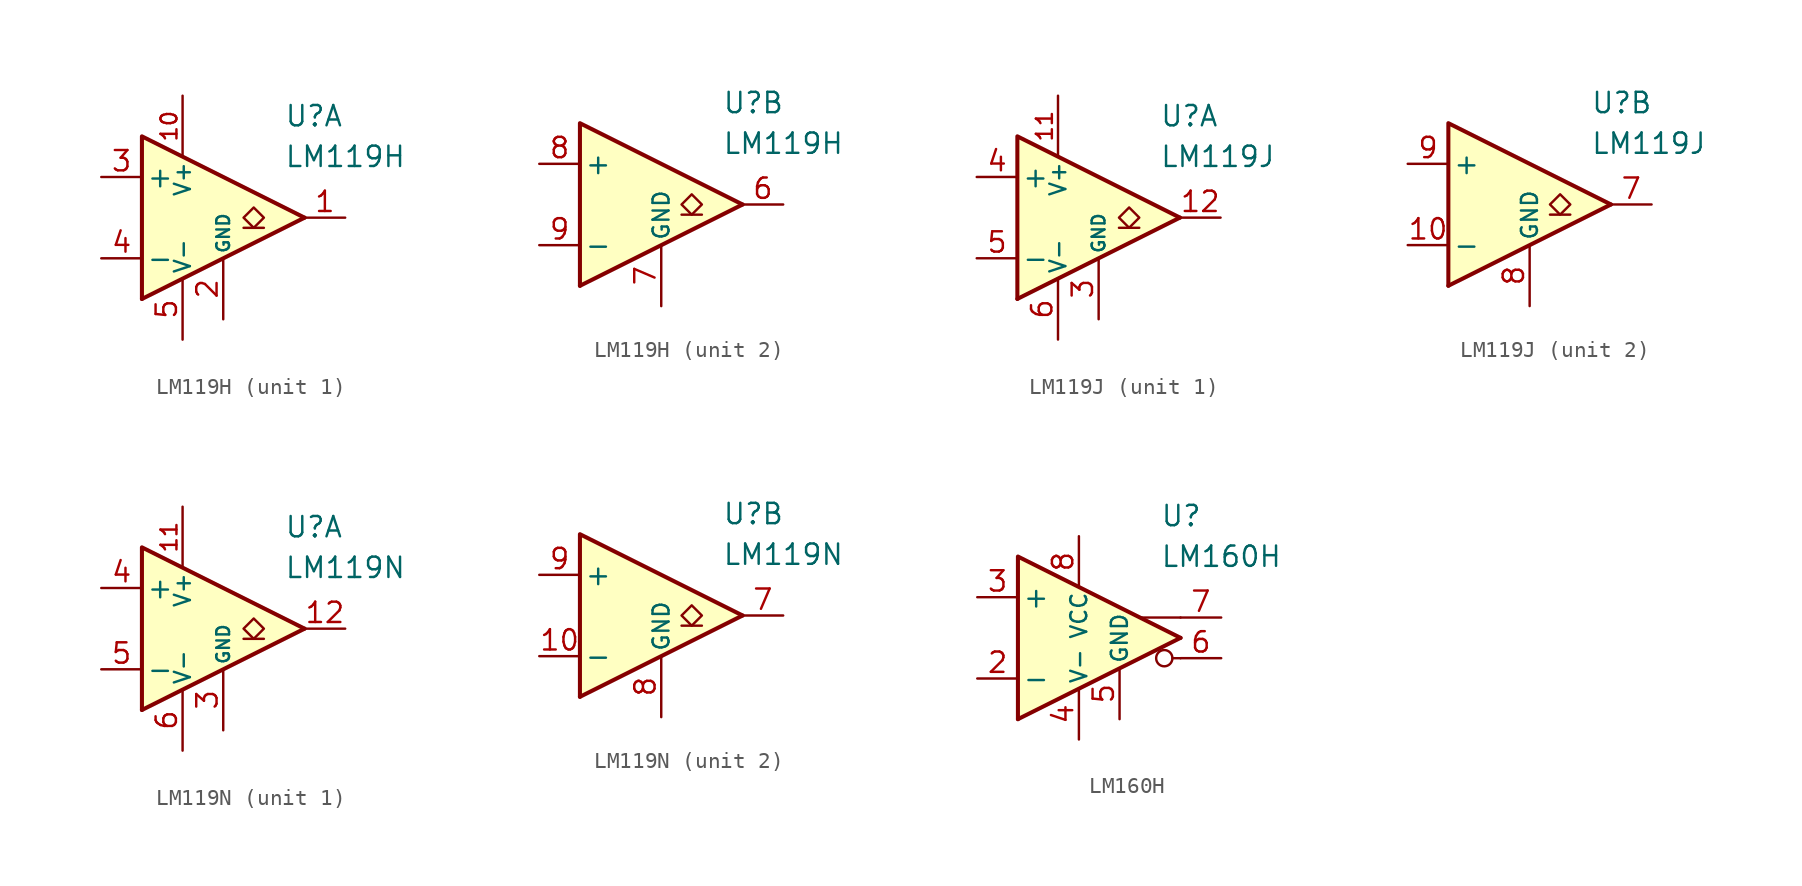
<source format=kicad_sym>
(kicad_symbol_lib
  (version 20211014)
  (generator kicad_symbol_editor)
  (symbol "LM119H"
    (pin_names
      (offset 0.254))
    (property "Reference" "U"
      (at 6.35 6.35 0)
      (effects (font (size 1.27 1.27)) (justify left)))
    (property "Value" "LM119H"
      (at 6.35 3.81 0)
      (effects (font (size 1.27 1.27)) (justify left)))
    (property "ki_locked" ""
      (at 0 0 0)
      (effects (font (size 1.27 1.27))))
    (symbol "LM119H_0_0"
      (polyline (pts (xy 7.62 0) (xy -2.54 -5.08)) (stroke (width 0.254) (type default) (color 0 0 0 0)) (fill (type none)))
      (polyline (pts (xy 7.62 0) (xy -2.54 5.08) (xy -2.54 -5.08)) (stroke (width 0.254) (type default) (color 0 0 0 0)) (fill (type background))))
    (symbol "LM119H_1_1"
      (polyline (pts (xy 5.08 -0.635) (xy 3.81 -0.635)) (stroke (width 0.152) (type default) (color 0 0 0 0)) (fill (type none)))
      (polyline (pts (xy 4.445 -0.635) (xy 3.81 0) (xy 4.445 0.635) (xy 5.08 0) (xy 4.445 -0.635)) (stroke (width 0.152) (type default) (color 0 0 0 0)) (fill (type none)))
      (pin open_collector line (at 10.16 0 180) (length 2.54) (name "~" (effects (font (size 1.27 1.27)))) (number "1" (effects (font (size 1.27 1.27)))))
      (pin power_in line (at 0 7.62 270) (length 3.81) (name "V+" (effects (font (size 1 1)))) (number "10" (effects (font (size 1 1)))))
      (pin power_in line (at 2.54 -6.35 90) (length 3.81) (name "GND" (effects (font (size 0.8 0.8)))) (number "2" (effects (font (size 1.27 1.27)))))
      (pin input line (at -5.08 2.54 0) (length 2.54) (name "+" (effects (font (size 1.27 1.27)))) (number "3" (effects (font (size 1.27 1.27)))))
      (pin input line (at -5.08 -2.54 0) (length 2.54) (name "-" (effects (font (size 1.27 1.27)))) (number "4" (effects (font (size 1.27 1.27)))))
      (pin power_in line (at 0 -7.62 90) (length 3.81) (name "V-" (effects (font (size 1 1)))) (number "5" (effects (font (size 1.27 1.27))))))
    (symbol "LM119H_2_1"
      (polyline (pts (xy 5.08 -0.635) (xy 3.81 -0.635)) (stroke (width 0.152) (type default) (color 0 0 0 0)) (fill (type none)))
      (polyline (pts (xy 4.445 -0.635) (xy 3.81 0) (xy 4.445 0.635) (xy 5.08 0) (xy 4.445 -0.635)) (stroke (width 0.152) (type default) (color 0 0 0 0)) (fill (type none)))
      (pin open_collector line (at 10.16 0 180) (length 2.54) (name "~" (effects (font (size 1.27 1.27)))) (number "6" (effects (font (size 1.27 1.27)))))
      (pin power_in line (at 2.54 -6.35 90) (length 3.81) (name "GND" (effects (font (size 1 1)))) (number "7" (effects (font (size 1.27 1.27)))))
      (pin input line (at -5.08 2.54 0) (length 2.54) (name "+" (effects (font (size 1.27 1.27)))) (number "8" (effects (font (size 1.27 1.27)))))
      (pin input line (at -5.08 -2.54 0) (length 2.54) (name "-" (effects (font (size 1.27 1.27)))) (number "9" (effects (font (size 1.27 1.27)))))))
  (symbol "LM119J"
    (pin_names
      (offset 0.254))
    (property "Reference" "U"
      (at 6.35 6.35 0)
      (effects (font (size 1.27 1.27)) (justify left)))
    (property "Value" "LM119J"
      (at 6.35 3.81 0)
      (effects (font (size 1.27 1.27)) (justify left)))
    (property "ki_locked" ""
      (at 0 0 0)
      (effects (font (size 1.27 1.27))))
    (symbol "LM119J_0_0"
      (polyline (pts (xy 7.62 0) (xy -2.54 -5.08)) (stroke (width 0.254) (type default) (color 0 0 0 0)) (fill (type none)))
      (polyline (pts (xy 7.62 0) (xy -2.54 5.08) (xy -2.54 -5.08)) (stroke (width 0.254) (type default) (color 0 0 0 0)) (fill (type background))))
    (symbol "LM119J_1_1"
      (polyline (pts (xy 5.08 -0.635) (xy 3.81 -0.635)) (stroke (width 0.152) (type default) (color 0 0 0 0)) (fill (type none)))
      (polyline (pts (xy 4.445 -0.635) (xy 3.81 0) (xy 4.445 0.635) (xy 5.08 0) (xy 4.445 -0.635)) (stroke (width 0.152) (type default) (color 0 0 0 0)) (fill (type none)))
      (pin open_emitter line (at 1.27 2.54 270) (length 2.54) hide (name "NC" (effects (font (size 1.27 1.27)))) (number "1" (effects (font (size 1.27 1.27)))))
      (pin power_in line (at 0 7.62 270) (length 3.81) (name "V+" (effects (font (size 1 1)))) (number "11" (effects (font (size 1 1)))))
      (pin open_collector line (at 10.16 0 180) (length 2.54) (name "~" (effects (font (size 1.27 1.27)))) (number "12" (effects (font (size 1.27 1.27)))))
      (pin no_connect line (at 1.27 -2.54 90) (length 2.54) hide (name "NC" (effects (font (size 1.27 1.27)))) (number "2" (effects (font (size 1.27 1.27)))))
      (pin power_in line (at 2.54 -6.35 90) (length 3.81) (name "GND" (effects (font (size 0.8 0.8)))) (number "3" (effects (font (size 1.27 1.27)))))
      (pin input line (at -5.08 2.54 0) (length 2.54) (name "+" (effects (font (size 1.27 1.27)))) (number "4" (effects (font (size 1.27 1.27)))))
      (pin input line (at -5.08 -2.54 0) (length 2.54) (name "-" (effects (font (size 1.27 1.27)))) (number "5" (effects (font (size 1.27 1.27)))))
      (pin power_in line (at 0 -7.62 90) (length 3.81) (name "V-" (effects (font (size 1 1)))) (number "6" (effects (font (size 1.27 1.27))))))
    (symbol "LM119J_2_1"
      (polyline (pts (xy 5.08 -0.635) (xy 3.81 -0.635)) (stroke (width 0.152) (type default) (color 0 0 0 0)) (fill (type none)))
      (polyline (pts (xy 4.445 -0.635) (xy 3.81 0) (xy 4.445 0.635) (xy 5.08 0) (xy 4.445 -0.635)) (stroke (width 0.152) (type default) (color 0 0 0 0)) (fill (type none)))
      (pin input line (at -5.08 -2.54 0) (length 2.54) (name "-" (effects (font (size 1.27 1.27)))) (number "10" (effects (font (size 1.27 1.27)))))
      (pin no_connect line (at 1.27 -2.54 90) (length 2.54) hide (name "NC" (effects (font (size 1.27 1.27)))) (number "13" (effects (font (size 1.27 1.27)))))
      (pin no_connect line (at 1.27 2.54 270) (length 2.54) hide (name "NC" (effects (font (size 1.27 1.27)))) (number "14" (effects (font (size 1.27 1.27)))))
      (pin open_collector line (at 10.16 0 180) (length 2.54) (name "~" (effects (font (size 1.27 1.27)))) (number "7" (effects (font (size 1.27 1.27)))))
      (pin power_in line (at 2.54 -6.35 90) (length 3.81) (name "GND" (effects (font (size 1 1)))) (number "8" (effects (font (size 1.27 1.27)))))
      (pin input line (at -5.08 2.54 0) (length 2.54) (name "+" (effects (font (size 1.27 1.27)))) (number "9" (effects (font (size 1.27 1.27)))))))
  (symbol "LM119N"
    (pin_names
      (offset 0.254))
    (property "Reference" "U"
      (at 6.35 6.35 0)
      (effects (font (size 1.27 1.27)) (justify left)))
    (property "Value" "LM119N"
      (at 6.35 3.81 0)
      (effects (font (size 1.27 1.27)) (justify left)))
    (property "ki_locked" ""
      (at 0 0 0)
      (effects (font (size 1.27 1.27))))
    (symbol "LM119N_0_0"
      (polyline (pts (xy 7.62 0) (xy -2.54 -5.08)) (stroke (width 0.254) (type default) (color 0 0 0 0)) (fill (type none)))
      (polyline (pts (xy 7.62 0) (xy -2.54 5.08) (xy -2.54 -5.08)) (stroke (width 0.254) (type default) (color 0 0 0 0)) (fill (type background))))
    (symbol "LM119N_1_1"
      (polyline (pts (xy 5.08 -0.635) (xy 3.81 -0.635)) (stroke (width 0.152) (type default) (color 0 0 0 0)) (fill (type none)))
      (polyline (pts (xy 4.445 -0.635) (xy 3.81 0) (xy 4.445 0.635) (xy 5.08 0) (xy 4.445 -0.635)) (stroke (width 0.152) (type default) (color 0 0 0 0)) (fill (type none)))
      (pin open_emitter line (at 1.27 2.54 270) (length 2.54) hide (name "NC" (effects (font (size 1.27 1.27)))) (number "1" (effects (font (size 1.27 1.27)))))
      (pin power_in line (at 0 7.62 270) (length 3.81) (name "V+" (effects (font (size 1 1)))) (number "11" (effects (font (size 1 1)))))
      (pin open_collector line (at 10.16 0 180) (length 2.54) (name "~" (effects (font (size 1.27 1.27)))) (number "12" (effects (font (size 1.27 1.27)))))
      (pin no_connect line (at 1.27 -2.54 90) (length 2.54) hide (name "NC" (effects (font (size 1.27 1.27)))) (number "2" (effects (font (size 1.27 1.27)))))
      (pin power_in line (at 2.54 -6.35 90) (length 3.81) (name "GND" (effects (font (size 0.8 0.8)))) (number "3" (effects (font (size 1.27 1.27)))))
      (pin input line (at -5.08 2.54 0) (length 2.54) (name "+" (effects (font (size 1.27 1.27)))) (number "4" (effects (font (size 1.27 1.27)))))
      (pin input line (at -5.08 -2.54 0) (length 2.54) (name "-" (effects (font (size 1.27 1.27)))) (number "5" (effects (font (size 1.27 1.27)))))
      (pin power_in line (at 0 -7.62 90) (length 3.81) (name "V-" (effects (font (size 1 1)))) (number "6" (effects (font (size 1.27 1.27))))))
    (symbol "LM119N_2_1"
      (polyline (pts (xy 5.08 -0.635) (xy 3.81 -0.635)) (stroke (width 0.152) (type default) (color 0 0 0 0)) (fill (type none)))
      (polyline (pts (xy 4.445 -0.635) (xy 3.81 0) (xy 4.445 0.635) (xy 5.08 0) (xy 4.445 -0.635)) (stroke (width 0.152) (type default) (color 0 0 0 0)) (fill (type none)))
      (pin input line (at -5.08 -2.54 0) (length 2.54) (name "-" (effects (font (size 1.27 1.27)))) (number "10" (effects (font (size 1.27 1.27)))))
      (pin no_connect line (at 1.27 -2.54 90) (length 2.54) hide (name "NC" (effects (font (size 1.27 1.27)))) (number "13" (effects (font (size 1.27 1.27)))))
      (pin no_connect line (at 1.27 2.54 270) (length 2.54) hide (name "NC" (effects (font (size 1.27 1.27)))) (number "14" (effects (font (size 1.27 1.27)))))
      (pin open_collector line (at 10.16 0 180) (length 2.54) (name "~" (effects (font (size 1.27 1.27)))) (number "7" (effects (font (size 1.27 1.27)))))
      (pin power_in line (at 2.54 -6.35 90) (length 3.81) (name "GND" (effects (font (size 1 1)))) (number "8" (effects (font (size 1.27 1.27)))))
      (pin input line (at -5.08 2.54 0) (length 2.54) (name "+" (effects (font (size 1.27 1.27)))) (number "9" (effects (font (size 1.27 1.27)))))))
  (symbol "LM160H"
    (pin_names
      (offset 0.254))
    (property "Reference" "U"
      (at 5.08 7.62 0)
      (effects (font (size 1.27 1.27)) (justify left)))
    (property "Value" "LM160H"
      (at 5.08 5.08 0)
      (effects (font (size 1.27 1.27)) (justify left)))
    (symbol "LM160H_0_0"
      (polyline (pts (xy 6.35 -1.27) (xy 5.842 -1.27)) (stroke (width 0.152) (type default) (color 0 0 0 0)) (fill (type none)))
      (polyline (pts (xy 6.35 0) (xy -3.81 -5.08)) (stroke (width 0.254) (type default) (color 0 0 0 0)) (fill (type none)))
      (polyline (pts (xy 6.35 1.27) (xy 3.81 1.27)) (stroke (width 0.152) (type default) (color 0 0 0 0)) (fill (type none)))
      (polyline (pts (xy 6.35 0) (xy -3.81 5.08) (xy -3.81 -5.08)) (stroke (width 0.254) (type default) (color 0 0 0 0)) (fill (type background)))
      (circle (center 5.334 -1.27) (radius 0.508) (stroke (width 0.152) (type default) (color 0 0 0 0)) (fill (type none))))
    (symbol "LM160H_1_1"
      (pin no_connect line (at -2.54 0 0) (length 2.54) hide (name "NC" (effects (font (size 1.27 1.27)))) (number "1" (effects (font (size 1.27 1.27)))))
      (pin input line (at -6.35 -2.54 0) (length 2.54) (name "-" (effects (font (size 1.27 1.27)))) (number "2" (effects (font (size 1.27 1.27)))))
      (pin input line (at -6.35 2.54 0) (length 2.54) (name "+" (effects (font (size 1.27 1.27)))) (number "3" (effects (font (size 1.27 1.27)))))
      (pin power_in line (at 0 -6.35 90) (length 3.18) (name "V-" (effects (font (size 1 1)))) (number "4" (effects (font (size 1.27 1.27)))))
      (pin power_in line (at 2.54 -5.08 90) (length 3.18) (name "GND" (effects (font (size 1 1)))) (number "5" (effects (font (size 1.27 1.27)))))
      (pin output line (at 8.89 -1.27 180) (length 2.54) (name "~" (effects (font (size 1.27 1.27)))) (number "6" (effects (font (size 1.27 1.27)))))
      (pin output line (at 8.89 1.27 180) (length 2.54) (name "~" (effects (font (size 1.27 1.27)))) (number "7" (effects (font (size 1.27 1.27)))))
      (pin power_in line (at 0 6.35 270) (length 3.18) (name "VCC" (effects (font (size 1 1)))) (number "8" (effects (font (size 1.27 1.27))))))))
</source>
